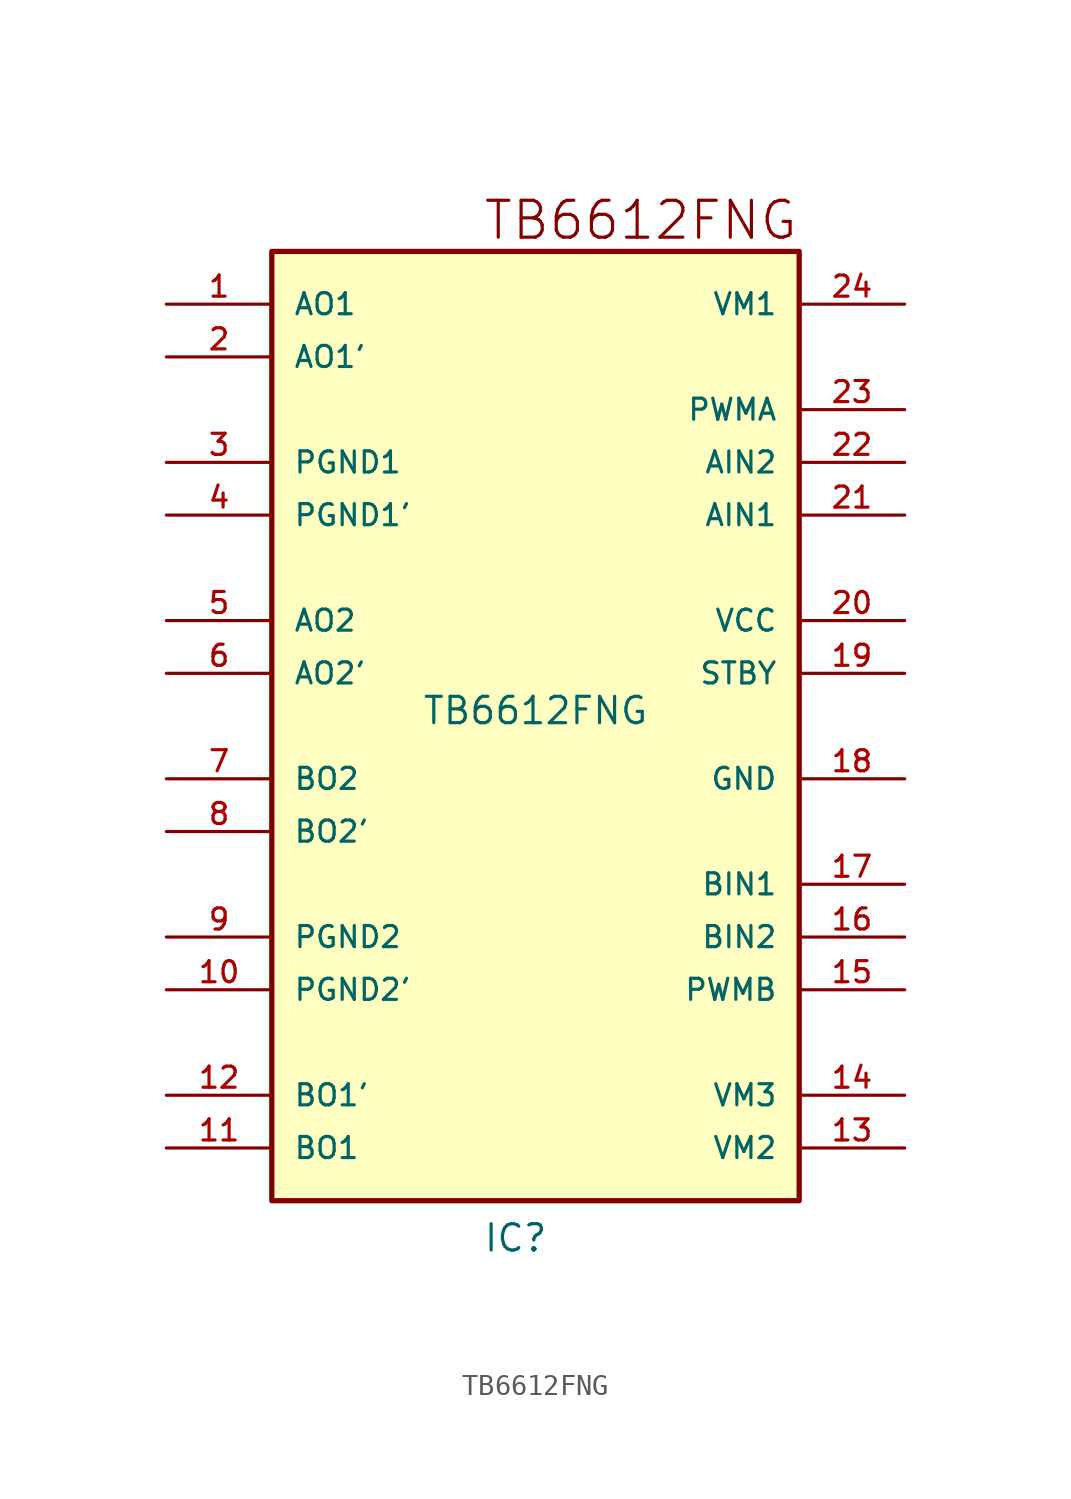
<source format=kicad_sym>
(kicad_symbol_lib
  (version 20211014)
  (generator kicad_symbol_editor)
  (symbol "TB6612FNG"
    (pin_names
      (offset 1.016))
    (property "Reference" "IC"
      (at -2.54 -25.4 0)
      (effects (font (size 1.27 1.27)) (justify bottom left)))
    (property "Value" "TB6612FNG"
      (at 0 0.0 0)
      (effects (font (size 1.27 1.27)) (justify bottom)))
    (symbol "TB6612FNG_0_0"
      (text "TB6612FNG" (at 12.7 25.4 0) (effects (font (size 1.778 1.778)) (justify top right)))
      (rectangle (start -12.7 -22.86) (end 12.7 22.86) (stroke (width 0.254)) (fill (type background)))
      (pin output line (at -17.78 20.32 0) (length 5.08) (name "AO1" (effects (font (size 1.016 1.016)))) (number "1" (effects (font (size 1.016 1.016)))))
      (pin output line (at -17.78 17.78 0) (length 5.08) (name "AO1'" (effects (font (size 1.016 1.016)))) (number "2" (effects (font (size 1.016 1.016)))))
      (pin power_in line (at -17.78 12.7 0) (length 5.08) (name "PGND1" (effects (font (size 1.016 1.016)))) (number "3" (effects (font (size 1.016 1.016)))))
      (pin power_in line (at -17.78 10.16 0) (length 5.08) (name "PGND1'" (effects (font (size 1.016 1.016)))) (number "4" (effects (font (size 1.016 1.016)))))
      (pin output line (at -17.78 5.08 0) (length 5.08) (name "AO2" (effects (font (size 1.016 1.016)))) (number "5" (effects (font (size 1.016 1.016)))))
      (pin output line (at -17.78 2.54 0) (length 5.08) (name "AO2'" (effects (font (size 1.016 1.016)))) (number "6" (effects (font (size 1.016 1.016)))))
      (pin output line (at -17.78 -20.32 0) (length 5.08) (name "BO1" (effects (font (size 1.016 1.016)))) (number "11" (effects (font (size 1.016 1.016)))))
      (pin output line (at -17.78 -17.78 0) (length 5.08) (name "BO1'" (effects (font (size 1.016 1.016)))) (number "12" (effects (font (size 1.016 1.016)))))
      (pin power_in line (at -17.78 -10.16 0) (length 5.08) (name "PGND2" (effects (font (size 1.016 1.016)))) (number "9" (effects (font (size 1.016 1.016)))))
      (pin power_in line (at -17.78 -12.7 0) (length 5.08) (name "PGND2'" (effects (font (size 1.016 1.016)))) (number "10" (effects (font (size 1.016 1.016)))))
      (pin output line (at -17.78 -2.54 0) (length 5.08) (name "BO2" (effects (font (size 1.016 1.016)))) (number "7" (effects (font (size 1.016 1.016)))))
      (pin output line (at -17.78 -5.08 0) (length 5.08) (name "BO2'" (effects (font (size 1.016 1.016)))) (number "8" (effects (font (size 1.016 1.016)))))
      (pin power_in line (at 17.78 -20.32 180.0) (length 5.08) (name "VM2" (effects (font (size 1.016 1.016)))) (number "13" (effects (font (size 1.016 1.016)))))
      (pin power_in line (at 17.78 -17.78 180.0) (length 5.08) (name "VM3" (effects (font (size 1.016 1.016)))) (number "14" (effects (font (size 1.016 1.016)))))
      (pin input line (at 17.78 -12.7 180.0) (length 5.08) (name "PWMB" (effects (font (size 1.016 1.016)))) (number "15" (effects (font (size 1.016 1.016)))))
      (pin input line (at 17.78 -10.16 180.0) (length 5.08) (name "BIN2" (effects (font (size 1.016 1.016)))) (number "16" (effects (font (size 1.016 1.016)))))
      (pin input line (at 17.78 -7.62 180.0) (length 5.08) (name "BIN1" (effects (font (size 1.016 1.016)))) (number "17" (effects (font (size 1.016 1.016)))))
      (pin power_in line (at 17.78 -2.54 180.0) (length 5.08) (name "GND" (effects (font (size 1.016 1.016)))) (number "18" (effects (font (size 1.016 1.016)))))
      (pin input line (at 17.78 2.54 180.0) (length 5.08) (name "STBY" (effects (font (size 1.016 1.016)))) (number "19" (effects (font (size 1.016 1.016)))))
      (pin power_in line (at 17.78 5.08 180.0) (length 5.08) (name "VCC" (effects (font (size 1.016 1.016)))) (number "20" (effects (font (size 1.016 1.016)))))
      (pin input line (at 17.78 10.16 180.0) (length 5.08) (name "AIN1" (effects (font (size 1.016 1.016)))) (number "21" (effects (font (size 1.016 1.016)))))
      (pin input line (at 17.78 12.7 180.0) (length 5.08) (name "AIN2" (effects (font (size 1.016 1.016)))) (number "22" (effects (font (size 1.016 1.016)))))
      (pin input line (at 17.78 15.24 180.0) (length 5.08) (name "PWMA" (effects (font (size 1.016 1.016)))) (number "23" (effects (font (size 1.016 1.016)))))
      (pin power_in line (at 17.78 20.32 180.0) (length 5.08) (name "VM1" (effects (font (size 1.016 1.016)))) (number "24" (effects (font (size 1.016 1.016))))))))
</source>
